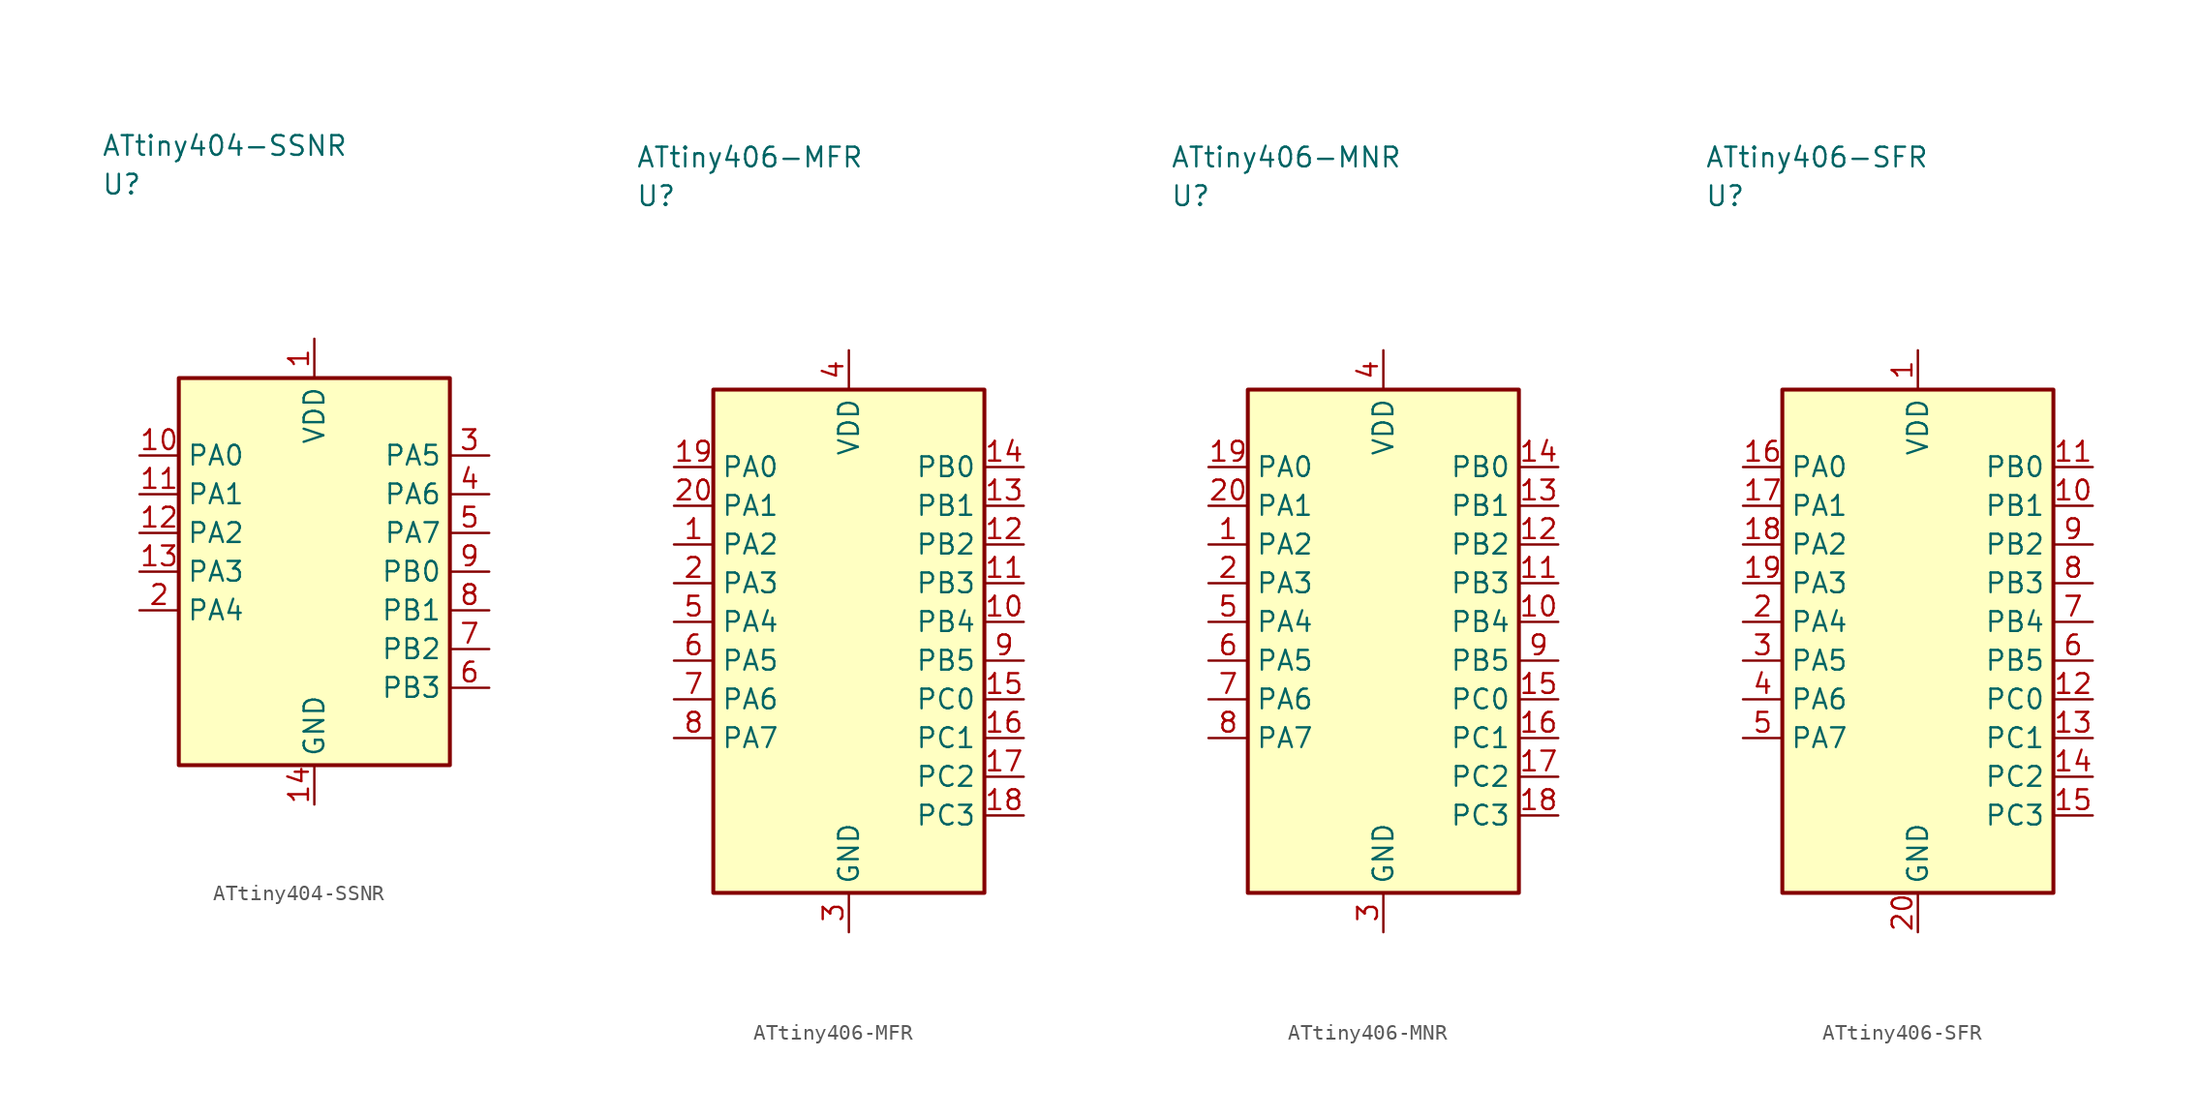
<source format=kicad_sym>
(kicad_symbol_lib
  (version 20241025)
  (generator "kicad_symbol_editor")
  (generator_version "8.0")
  (symbol "ATtiny404-SSNR"
    (property "Reference" "U"
      (at -13.75 25.0 0)
      (effects (font (size 1.27 1.27)) (justify left)))
    (property "Value" "ATtiny404-SSNR"
      (at -13.75 27.5 0)
      (effects (font (size 1.27 1.27)) (justify left)))
    (symbol "ATtiny404-SSNR_0_1"
      (rectangle (start -8.75 12.5) (end 8.75 -12.5) (stroke (width 0.254) (type default)) (fill (type background))))
    (symbol "ATtiny404-SSNR_1_1"
      (pin power_in line (at 0.0 15.04 270.0) (length 2.54) (name "VDD" (effects (font (size 1.27 1.27)))) (number "1" (effects (font (size 1.27 1.27)))))
      (pin bidirectional line (at -11.29 -2.5 0.0) (length 2.54) (name "PA4" (effects (font (size 1.27 1.27)))) (number "2" (effects (font (size 1.27 1.27)))))
      (pin bidirectional line (at 11.29 7.5 180.0) (length 2.54) (name "PA5" (effects (font (size 1.27 1.27)))) (number "3" (effects (font (size 1.27 1.27)))))
      (pin bidirectional line (at 11.29 5.0 180.0) (length 2.54) (name "PA6" (effects (font (size 1.27 1.27)))) (number "4" (effects (font (size 1.27 1.27)))))
      (pin bidirectional line (at 11.29 2.5 180.0) (length 2.54) (name "PA7" (effects (font (size 1.27 1.27)))) (number "5" (effects (font (size 1.27 1.27)))))
      (pin bidirectional line (at 11.29 -7.5 180.0) (length 2.54) (name "PB3" (effects (font (size 1.27 1.27)))) (number "6" (effects (font (size 1.27 1.27)))))
      (pin bidirectional line (at 11.29 -5.0 180.0) (length 2.54) (name "PB2" (effects (font (size 1.27 1.27)))) (number "7" (effects (font (size 1.27 1.27)))))
      (pin bidirectional line (at 11.29 -2.5 180.0) (length 2.54) (name "PB1" (effects (font (size 1.27 1.27)))) (number "8" (effects (font (size 1.27 1.27)))))
      (pin bidirectional line (at 11.29 0.0 180.0) (length 2.54) (name "PB0" (effects (font (size 1.27 1.27)))) (number "9" (effects (font (size 1.27 1.27)))))
      (pin bidirectional line (at -11.29 7.5 0.0) (length 2.54) (name "PA0" (effects (font (size 1.27 1.27)))) (number "10" (effects (font (size 1.27 1.27)))))
      (pin bidirectional line (at -11.29 5.0 0.0) (length 2.54) (name "PA1" (effects (font (size 1.27 1.27)))) (number "11" (effects (font (size 1.27 1.27)))))
      (pin bidirectional line (at -11.29 2.5 0.0) (length 2.54) (name "PA2" (effects (font (size 1.27 1.27)))) (number "12" (effects (font (size 1.27 1.27)))))
      (pin bidirectional line (at -11.29 0.0 0.0) (length 2.54) (name "PA3" (effects (font (size 1.27 1.27)))) (number "13" (effects (font (size 1.27 1.27)))))
      (pin passive line (at 0.0 -15.04 90.0) (length 2.54) (name "GND" (effects (font (size 1.27 1.27)))) (number "14" (effects (font (size 1.27 1.27)))))))
  (symbol "ATtiny406-MFR"
    (property "Reference" "U"
      (at -13.75 28.75 0)
      (effects (font (size 1.27 1.27)) (justify left)))
    (property "Value" "ATtiny406-MFR"
      (at -13.75 31.25 0)
      (effects (font (size 1.27 1.27)) (justify left)))
    (symbol "ATtiny406-MFR_0_1"
      (rectangle (start -8.75 16.25) (end 8.75 -16.25) (stroke (width 0.254) (type default)) (fill (type background))))
    (symbol "ATtiny406-MFR_1_1"
      (pin bidirectional line (at -11.29 6.25 0.0) (length 2.54) (name "PA2" (effects (font (size 1.27 1.27)))) (number "1" (effects (font (size 1.27 1.27)))))
      (pin bidirectional line (at -11.29 3.75 0.0) (length 2.54) (name "PA3" (effects (font (size 1.27 1.27)))) (number "2" (effects (font (size 1.27 1.27)))))
      (pin passive line (at 0.0 -18.79 90.0) (length 2.54) (name "GND" (effects (font (size 1.27 1.27)))) (number "3" (effects (font (size 1.27 1.27)))))
      (pin power_in line (at 0.0 18.79 270.0) (length 2.54) (name "VDD" (effects (font (size 1.27 1.27)))) (number "4" (effects (font (size 1.27 1.27)))))
      (pin bidirectional line (at -11.29 1.25 0.0) (length 2.54) (name "PA4" (effects (font (size 1.27 1.27)))) (number "5" (effects (font (size 1.27 1.27)))))
      (pin bidirectional line (at -11.29 -1.25 0.0) (length 2.54) (name "PA5" (effects (font (size 1.27 1.27)))) (number "6" (effects (font (size 1.27 1.27)))))
      (pin bidirectional line (at -11.29 -3.75 0.0) (length 2.54) (name "PA6" (effects (font (size 1.27 1.27)))) (number "7" (effects (font (size 1.27 1.27)))))
      (pin bidirectional line (at -11.29 -6.25 0.0) (length 2.54) (name "PA7" (effects (font (size 1.27 1.27)))) (number "8" (effects (font (size 1.27 1.27)))))
      (pin bidirectional line (at 11.29 -1.25 180.0) (length 2.54) (name "PB5" (effects (font (size 1.27 1.27)))) (number "9" (effects (font (size 1.27 1.27)))))
      (pin bidirectional line (at 11.29 1.25 180.0) (length 2.54) (name "PB4" (effects (font (size 1.27 1.27)))) (number "10" (effects (font (size 1.27 1.27)))))
      (pin bidirectional line (at 11.29 3.75 180.0) (length 2.54) (name "PB3" (effects (font (size 1.27 1.27)))) (number "11" (effects (font (size 1.27 1.27)))))
      (pin bidirectional line (at 11.29 6.25 180.0) (length 2.54) (name "PB2" (effects (font (size 1.27 1.27)))) (number "12" (effects (font (size 1.27 1.27)))))
      (pin bidirectional line (at 11.29 8.75 180.0) (length 2.54) (name "PB1" (effects (font (size 1.27 1.27)))) (number "13" (effects (font (size 1.27 1.27)))))
      (pin bidirectional line (at 11.29 11.25 180.0) (length 2.54) (name "PB0" (effects (font (size 1.27 1.27)))) (number "14" (effects (font (size 1.27 1.27)))))
      (pin bidirectional line (at 11.29 -3.75 180.0) (length 2.54) (name "PC0" (effects (font (size 1.27 1.27)))) (number "15" (effects (font (size 1.27 1.27)))))
      (pin bidirectional line (at 11.29 -6.25 180.0) (length 2.54) (name "PC1" (effects (font (size 1.27 1.27)))) (number "16" (effects (font (size 1.27 1.27)))))
      (pin bidirectional line (at 11.29 -8.75 180.0) (length 2.54) (name "PC2" (effects (font (size 1.27 1.27)))) (number "17" (effects (font (size 1.27 1.27)))))
      (pin bidirectional line (at 11.29 -11.25 180.0) (length 2.54) (name "PC3" (effects (font (size 1.27 1.27)))) (number "18" (effects (font (size 1.27 1.27)))))
      (pin bidirectional line (at -11.29 11.25 0.0) (length 2.54) (name "PA0" (effects (font (size 1.27 1.27)))) (number "19" (effects (font (size 1.27 1.27)))))
      (pin bidirectional line (at -11.29 8.75 0.0) (length 2.54) (name "PA1" (effects (font (size 1.27 1.27)))) (number "20" (effects (font (size 1.27 1.27)))))))
  (symbol "ATtiny406-MNR"
    (property "Reference" "U"
      (at -13.75 28.75 0)
      (effects (font (size 1.27 1.27)) (justify left)))
    (property "Value" "ATtiny406-MNR"
      (at -13.75 31.25 0)
      (effects (font (size 1.27 1.27)) (justify left)))
    (symbol "ATtiny406-MNR_0_1"
      (rectangle (start -8.75 16.25) (end 8.75 -16.25) (stroke (width 0.254) (type default)) (fill (type background))))
    (symbol "ATtiny406-MNR_1_1"
      (pin bidirectional line (at -11.29 6.25 0.0) (length 2.54) (name "PA2" (effects (font (size 1.27 1.27)))) (number "1" (effects (font (size 1.27 1.27)))))
      (pin bidirectional line (at -11.29 3.75 0.0) (length 2.54) (name "PA3" (effects (font (size 1.27 1.27)))) (number "2" (effects (font (size 1.27 1.27)))))
      (pin passive line (at 0.0 -18.79 90.0) (length 2.54) (name "GND" (effects (font (size 1.27 1.27)))) (number "3" (effects (font (size 1.27 1.27)))))
      (pin power_in line (at 0.0 18.79 270.0) (length 2.54) (name "VDD" (effects (font (size 1.27 1.27)))) (number "4" (effects (font (size 1.27 1.27)))))
      (pin bidirectional line (at -11.29 1.25 0.0) (length 2.54) (name "PA4" (effects (font (size 1.27 1.27)))) (number "5" (effects (font (size 1.27 1.27)))))
      (pin bidirectional line (at -11.29 -1.25 0.0) (length 2.54) (name "PA5" (effects (font (size 1.27 1.27)))) (number "6" (effects (font (size 1.27 1.27)))))
      (pin bidirectional line (at -11.29 -3.75 0.0) (length 2.54) (name "PA6" (effects (font (size 1.27 1.27)))) (number "7" (effects (font (size 1.27 1.27)))))
      (pin bidirectional line (at -11.29 -6.25 0.0) (length 2.54) (name "PA7" (effects (font (size 1.27 1.27)))) (number "8" (effects (font (size 1.27 1.27)))))
      (pin bidirectional line (at 11.29 -1.25 180.0) (length 2.54) (name "PB5" (effects (font (size 1.27 1.27)))) (number "9" (effects (font (size 1.27 1.27)))))
      (pin bidirectional line (at 11.29 1.25 180.0) (length 2.54) (name "PB4" (effects (font (size 1.27 1.27)))) (number "10" (effects (font (size 1.27 1.27)))))
      (pin bidirectional line (at 11.29 3.75 180.0) (length 2.54) (name "PB3" (effects (font (size 1.27 1.27)))) (number "11" (effects (font (size 1.27 1.27)))))
      (pin bidirectional line (at 11.29 6.25 180.0) (length 2.54) (name "PB2" (effects (font (size 1.27 1.27)))) (number "12" (effects (font (size 1.27 1.27)))))
      (pin bidirectional line (at 11.29 8.75 180.0) (length 2.54) (name "PB1" (effects (font (size 1.27 1.27)))) (number "13" (effects (font (size 1.27 1.27)))))
      (pin bidirectional line (at 11.29 11.25 180.0) (length 2.54) (name "PB0" (effects (font (size 1.27 1.27)))) (number "14" (effects (font (size 1.27 1.27)))))
      (pin bidirectional line (at 11.29 -3.75 180.0) (length 2.54) (name "PC0" (effects (font (size 1.27 1.27)))) (number "15" (effects (font (size 1.27 1.27)))))
      (pin bidirectional line (at 11.29 -6.25 180.0) (length 2.54) (name "PC1" (effects (font (size 1.27 1.27)))) (number "16" (effects (font (size 1.27 1.27)))))
      (pin bidirectional line (at 11.29 -8.75 180.0) (length 2.54) (name "PC2" (effects (font (size 1.27 1.27)))) (number "17" (effects (font (size 1.27 1.27)))))
      (pin bidirectional line (at 11.29 -11.25 180.0) (length 2.54) (name "PC3" (effects (font (size 1.27 1.27)))) (number "18" (effects (font (size 1.27 1.27)))))
      (pin bidirectional line (at -11.29 11.25 0.0) (length 2.54) (name "PA0" (effects (font (size 1.27 1.27)))) (number "19" (effects (font (size 1.27 1.27)))))
      (pin bidirectional line (at -11.29 8.75 0.0) (length 2.54) (name "PA1" (effects (font (size 1.27 1.27)))) (number "20" (effects (font (size 1.27 1.27)))))))
  (symbol "ATtiny406-SFR"
    (property "Reference" "U"
      (at -13.75 28.75 0)
      (effects (font (size 1.27 1.27)) (justify left)))
    (property "Value" "ATtiny406-SFR"
      (at -13.75 31.25 0)
      (effects (font (size 1.27 1.27)) (justify left)))
    (symbol "ATtiny406-SFR_0_1"
      (rectangle (start -8.75 16.25) (end 8.75 -16.25) (stroke (width 0.254) (type default)) (fill (type background))))
    (symbol "ATtiny406-SFR_1_1"
      (pin power_in line (at 0.0 18.79 270.0) (length 2.54) (name "VDD" (effects (font (size 1.27 1.27)))) (number "1" (effects (font (size 1.27 1.27)))))
      (pin bidirectional line (at -11.29 1.25 0.0) (length 2.54) (name "PA4" (effects (font (size 1.27 1.27)))) (number "2" (effects (font (size 1.27 1.27)))))
      (pin bidirectional line (at -11.29 -1.25 0.0) (length 2.54) (name "PA5" (effects (font (size 1.27 1.27)))) (number "3" (effects (font (size 1.27 1.27)))))
      (pin bidirectional line (at -11.29 -3.75 0.0) (length 2.54) (name "PA6" (effects (font (size 1.27 1.27)))) (number "4" (effects (font (size 1.27 1.27)))))
      (pin bidirectional line (at -11.29 -6.25 0.0) (length 2.54) (name "PA7" (effects (font (size 1.27 1.27)))) (number "5" (effects (font (size 1.27 1.27)))))
      (pin bidirectional line (at 11.29 -1.25 180.0) (length 2.54) (name "PB5" (effects (font (size 1.27 1.27)))) (number "6" (effects (font (size 1.27 1.27)))))
      (pin bidirectional line (at 11.29 1.25 180.0) (length 2.54) (name "PB4" (effects (font (size 1.27 1.27)))) (number "7" (effects (font (size 1.27 1.27)))))
      (pin bidirectional line (at 11.29 3.75 180.0) (length 2.54) (name "PB3" (effects (font (size 1.27 1.27)))) (number "8" (effects (font (size 1.27 1.27)))))
      (pin bidirectional line (at 11.29 6.25 180.0) (length 2.54) (name "PB2" (effects (font (size 1.27 1.27)))) (number "9" (effects (font (size 1.27 1.27)))))
      (pin bidirectional line (at 11.29 8.75 180.0) (length 2.54) (name "PB1" (effects (font (size 1.27 1.27)))) (number "10" (effects (font (size 1.27 1.27)))))
      (pin bidirectional line (at 11.29 11.25 180.0) (length 2.54) (name "PB0" (effects (font (size 1.27 1.27)))) (number "11" (effects (font (size 1.27 1.27)))))
      (pin bidirectional line (at 11.29 -3.75 180.0) (length 2.54) (name "PC0" (effects (font (size 1.27 1.27)))) (number "12" (effects (font (size 1.27 1.27)))))
      (pin bidirectional line (at 11.29 -6.25 180.0) (length 2.54) (name "PC1" (effects (font (size 1.27 1.27)))) (number "13" (effects (font (size 1.27 1.27)))))
      (pin bidirectional line (at 11.29 -8.75 180.0) (length 2.54) (name "PC2" (effects (font (size 1.27 1.27)))) (number "14" (effects (font (size 1.27 1.27)))))
      (pin bidirectional line (at 11.29 -11.25 180.0) (length 2.54) (name "PC3" (effects (font (size 1.27 1.27)))) (number "15" (effects (font (size 1.27 1.27)))))
      (pin bidirectional line (at -11.29 11.25 0.0) (length 2.54) (name "PA0" (effects (font (size 1.27 1.27)))) (number "16" (effects (font (size 1.27 1.27)))))
      (pin bidirectional line (at -11.29 8.75 0.0) (length 2.54) (name "PA1" (effects (font (size 1.27 1.27)))) (number "17" (effects (font (size 1.27 1.27)))))
      (pin bidirectional line (at -11.29 6.25 0.0) (length 2.54) (name "PA2" (effects (font (size 1.27 1.27)))) (number "18" (effects (font (size 1.27 1.27)))))
      (pin bidirectional line (at -11.29 3.75 0.0) (length 2.54) (name "PA3" (effects (font (size 1.27 1.27)))) (number "19" (effects (font (size 1.27 1.27)))))
      (pin passive line (at 0.0 -18.79 90.0) (length 2.54) (name "GND" (effects (font (size 1.27 1.27)))) (number "20" (effects (font (size 1.27 1.27))))))))
</source>
